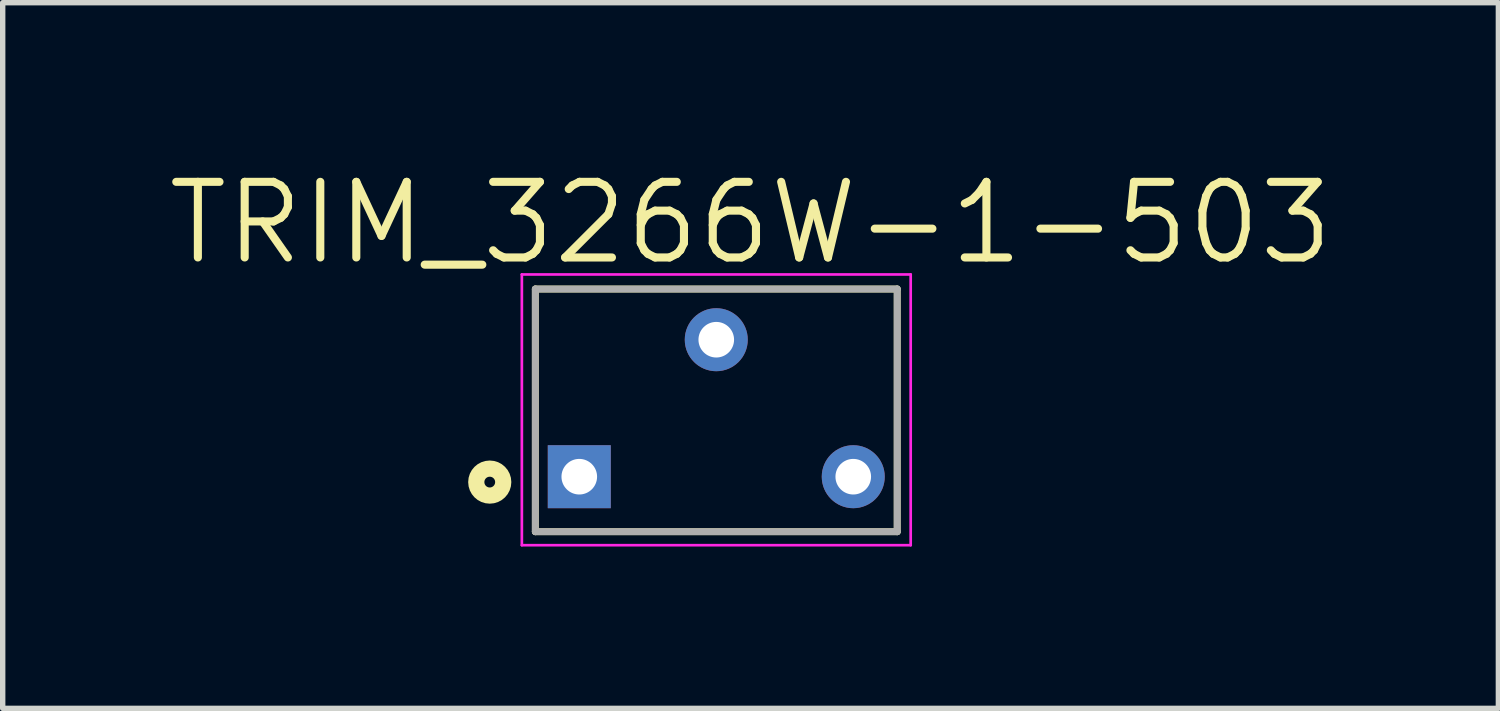
<source format=kicad_pcb>
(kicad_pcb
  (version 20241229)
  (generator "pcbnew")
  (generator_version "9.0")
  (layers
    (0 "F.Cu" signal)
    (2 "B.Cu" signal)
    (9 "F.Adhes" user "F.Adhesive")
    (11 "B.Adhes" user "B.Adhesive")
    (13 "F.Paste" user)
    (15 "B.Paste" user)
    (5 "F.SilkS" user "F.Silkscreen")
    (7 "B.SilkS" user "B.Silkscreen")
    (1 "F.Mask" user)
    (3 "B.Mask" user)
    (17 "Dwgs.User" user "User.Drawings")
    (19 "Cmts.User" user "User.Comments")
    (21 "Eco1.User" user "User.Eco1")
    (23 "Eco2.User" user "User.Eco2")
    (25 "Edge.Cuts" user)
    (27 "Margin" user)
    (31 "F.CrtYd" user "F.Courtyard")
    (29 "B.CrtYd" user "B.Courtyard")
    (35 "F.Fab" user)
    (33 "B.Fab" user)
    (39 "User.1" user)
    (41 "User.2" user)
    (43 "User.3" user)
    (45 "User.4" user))
  (footprint "TRIM_3266W-1-503"
    (layer "F.Cu")
    (at 10.231 5.789)
    (property "Reference" "TRIM_3266W-1-503" (at 0.636 -4.706 0) (layer "F.SilkS") (effects (font (size 1.402 1.402) (thickness 0.15))))
    (attr through_hole)
    (fp_line (start -3.355 -3.48) (end 3.355 -3.48) (stroke (width 0.127) (type solid)) (layer "F.SilkS"))
    (fp_line (start -3.355 1.02) (end -3.355 -3.48) (stroke (width 0.127) (type solid)) (layer "F.SilkS"))
    (fp_line (start 3.355 -3.48) (end 3.355 1.02) (stroke (width 0.127) (type solid)) (layer "F.SilkS"))
    (fp_line (start 3.355 1.02) (end -3.355 1.02) (stroke (width 0.127) (type solid)) (layer "F.SilkS"))
    (fp_circle (center -4.2 0.1) (end -4.1 0.1) (stroke (width 0.3) (type solid)) (fill no) (layer "F.SilkS"))
    (fp_line (start -3.605 -3.75) (end 3.605 -3.75) (stroke (width 0.05) (type solid)) (layer "F.CrtYd"))
    (fp_line (start -3.605 1.27) (end -3.605 -3.75) (stroke (width 0.05) (type solid)) (layer "F.CrtYd"))
    (fp_line (start 3.605 -3.75) (end 3.605 1.27) (stroke (width 0.05) (type solid)) (layer "F.CrtYd"))
    (fp_line (start 3.605 1.27) (end -3.605 1.27) (stroke (width 0.05) (type solid)) (layer "F.CrtYd"))
    (fp_line (start -3.355 -3.48) (end 3.355 -3.48) (stroke (width 0.127) (type solid)) (layer "F.Fab"))
    (fp_line (start -3.355 1.02) (end -3.355 -3.48) (stroke (width 0.127) (type solid)) (layer "F.Fab"))
    (fp_line (start 3.355 -3.48) (end 3.355 1.02) (stroke (width 0.127) (type solid)) (layer "F.Fab"))
    (fp_line (start 3.355 1.02) (end -3.355 1.02) (stroke (width 0.127) (type solid)) (layer "F.Fab"))
    (pad "1" thru_hole rect (at -2.54 0) (size 1.168 1.168) (drill 0.66) (layers "*.Cu" "*.Mask"))
    (pad "2" thru_hole circle (at 0 -2.54) (size 1.168 1.168) (drill 0.66) (layers "*.Cu" "*.Mask"))
    (pad "3" thru_hole circle (at 2.54 0) (size 1.168 1.168) (drill 0.66) (layers "*.Cu" "*.Mask")))
  (gr_rect
    (start -3 -3)
    (end 24.733 10.084)
    (stroke (width 0.1) (type default))
    (fill no)
    (layer "Edge.Cuts")))
</source>
